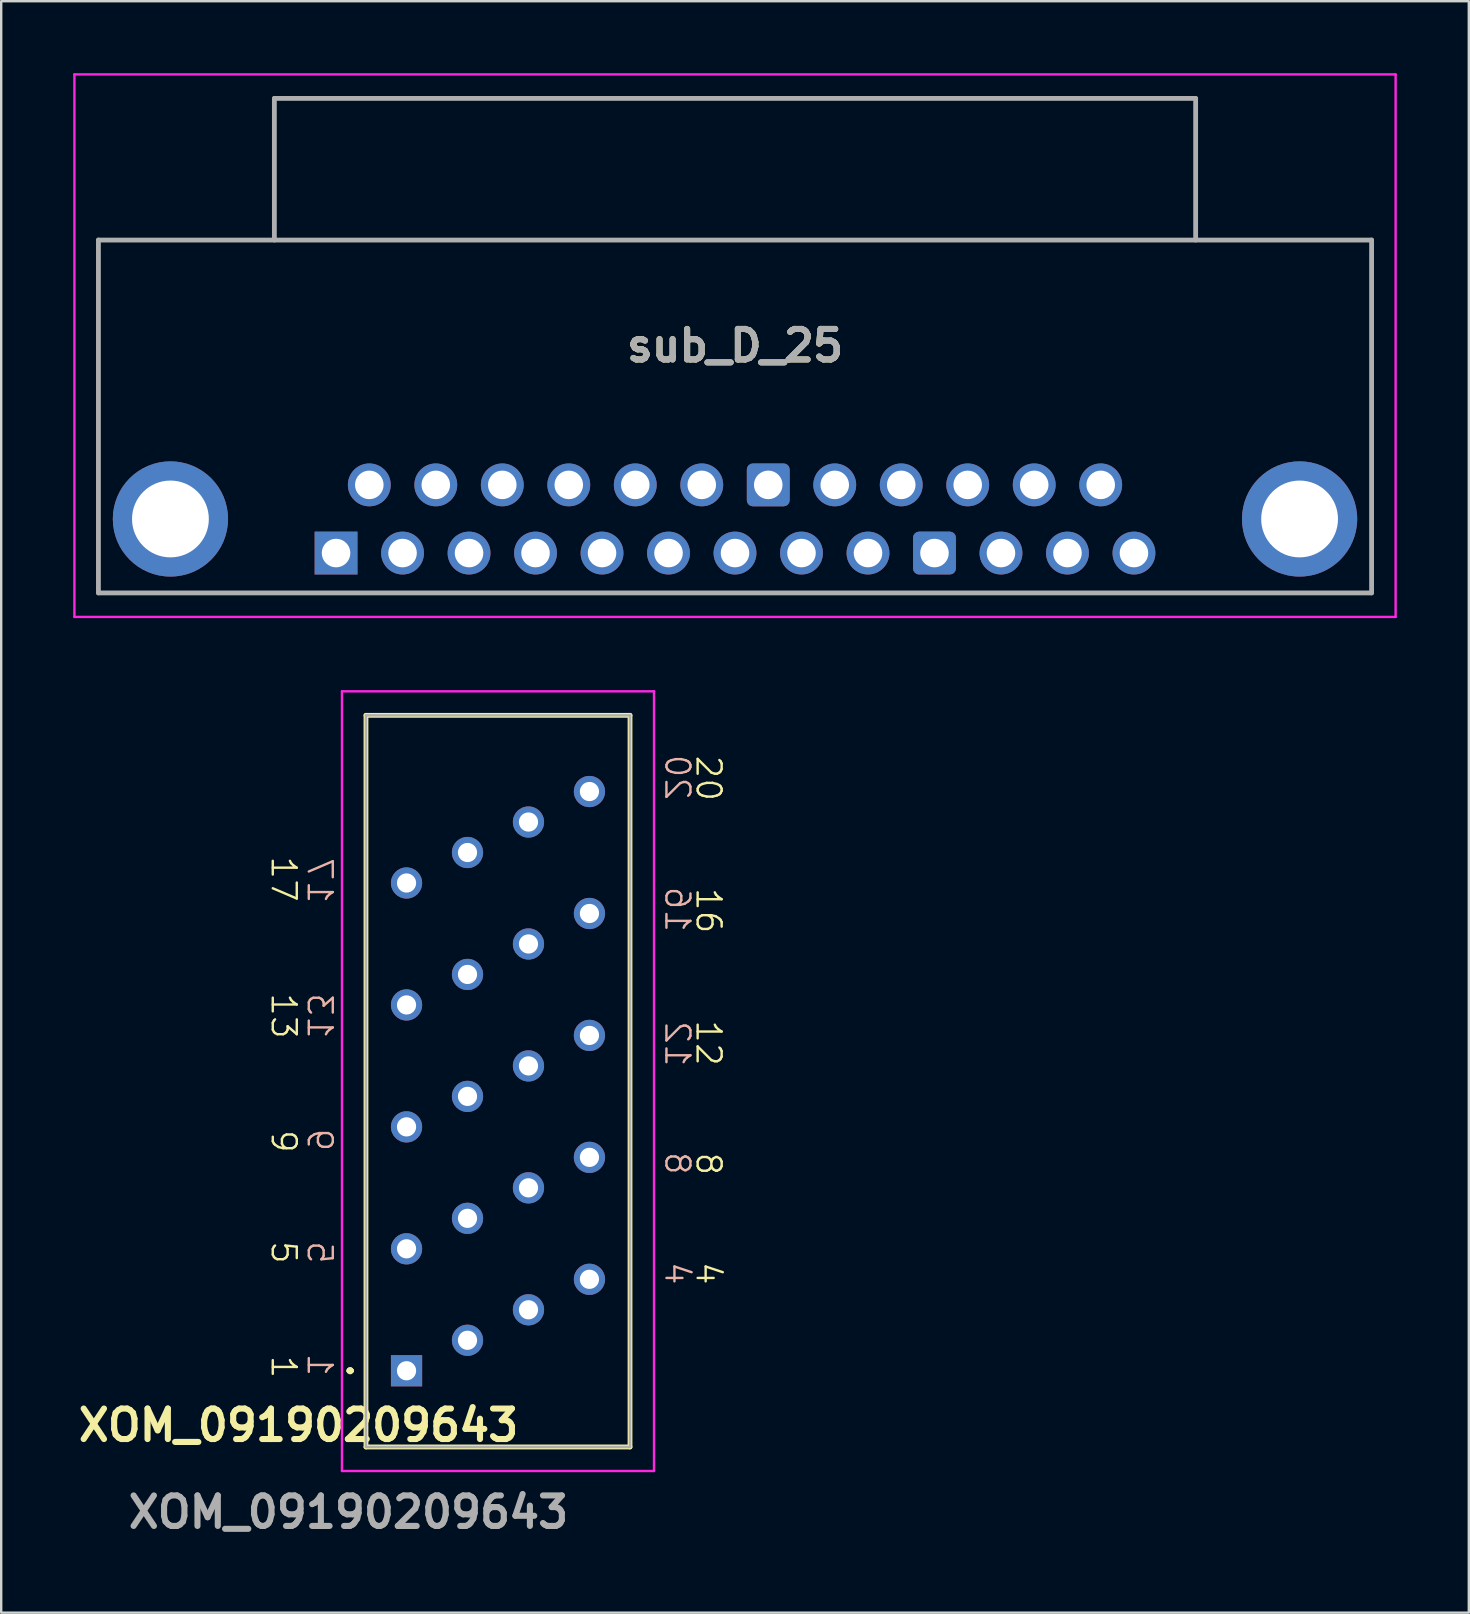
<source format=kicad_pcb>
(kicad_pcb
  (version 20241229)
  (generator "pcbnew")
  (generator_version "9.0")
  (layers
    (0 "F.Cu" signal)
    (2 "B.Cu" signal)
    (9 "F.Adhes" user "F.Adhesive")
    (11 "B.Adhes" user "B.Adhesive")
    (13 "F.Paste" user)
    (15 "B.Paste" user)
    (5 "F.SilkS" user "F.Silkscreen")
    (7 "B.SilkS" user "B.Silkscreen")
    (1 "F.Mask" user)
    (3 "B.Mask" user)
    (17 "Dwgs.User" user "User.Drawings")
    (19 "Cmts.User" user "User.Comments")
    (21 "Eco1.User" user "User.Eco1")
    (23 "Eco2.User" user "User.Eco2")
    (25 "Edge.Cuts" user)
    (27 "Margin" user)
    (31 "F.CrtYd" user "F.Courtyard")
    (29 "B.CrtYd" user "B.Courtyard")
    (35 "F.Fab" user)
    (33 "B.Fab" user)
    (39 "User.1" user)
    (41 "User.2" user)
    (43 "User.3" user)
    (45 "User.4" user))
  (footprint "sub_D_25"
    (layer "F.Cu")
    (at 10.95 19.99)
    (property "Reference" "sub_D_25" (at 16.62 -8.64 0) (layer "F.SilkS") (effects (font (size 1.27 1.27) (thickness 0.254))))
    (attr through_hole)
    (fp_line (start -9.9 -13.04) (end 43.14 -13.04) (stroke (width 0.1) (type solid)) (layer "F.SilkS"))
    (fp_line (start -9.9 1.66) (end -9.9 -13.04) (stroke (width 0.1) (type solid)) (layer "F.SilkS"))
    (fp_line (start 43.14 -13.04) (end 43.14 1.66) (stroke (width 0.1) (type solid)) (layer "F.SilkS"))
    (fp_line (start 43.14 1.66) (end -9.9 1.66) (stroke (width 0.1) (type solid)) (layer "F.SilkS"))
    (fp_line (start -10.9 -19.94) (end 44.14 -19.94) (stroke (width 0.1) (type solid)) (layer "F.CrtYd"))
    (fp_line (start -10.9 2.66) (end -10.9 -19.94) (stroke (width 0.1) (type solid)) (layer "F.CrtYd"))
    (fp_line (start 44.14 -19.94) (end 44.14 2.66) (stroke (width 0.1) (type solid)) (layer "F.CrtYd"))
    (fp_line (start 44.14 2.66) (end -10.9 2.66) (stroke (width 0.1) (type solid)) (layer "F.CrtYd"))
    (fp_line (start -9.9 -13.04) (end 43.14 -13.04) (stroke (width 0.2) (type solid)) (layer "F.Fab"))
    (fp_line (start -9.9 1.66) (end -9.9 -13.04) (stroke (width 0.2) (type solid)) (layer "F.Fab"))
    (fp_line (start -2.57 -18.94) (end 35.81 -18.94) (stroke (width 0.2) (type solid)) (layer "F.Fab"))
    (fp_line (start -2.57 -13.04) (end -2.57 -18.94) (stroke (width 0.2) (type solid)) (layer "F.Fab"))
    (fp_line (start 35.81 -18.94) (end 35.81 -13.04) (stroke (width 0.2) (type solid)) (layer "F.Fab"))
    (fp_line (start 43.14 -13.04) (end 43.14 1.66) (stroke (width 0.2) (type solid)) (layer "F.Fab"))
    (fp_line (start 43.14 1.66) (end -9.9 1.66) (stroke (width 0.2) (type solid)) (layer "F.Fab"))
    (fp_text user "${REFERENCE}" (at 16.62 -8.64 0) (layer "F.Fab") (effects (font (size 1.27 1.27) (thickness 0.254))))
    (pad "1" thru_hole rect (at 0 0) (size 1.785 1.785) (drill 1.19) (layers "*.Cu" "*.Mask"))
    (pad "2" thru_hole circle (at 2.77 0) (size 1.785 1.785) (drill 1.19) (layers "*.Cu" "*.Mask"))
    (pad "3" thru_hole circle (at 5.54 0) (size 1.785 1.785) (drill 1.19) (layers "*.Cu" "*.Mask"))
    (pad "4" thru_hole circle (at 8.31 0) (size 1.785 1.785) (drill 1.19) (layers "*.Cu" "*.Mask"))
    (pad "5" thru_hole circle (at 11.08 0) (size 1.785 1.785) (drill 1.19) (layers "*.Cu" "*.Mask"))
    (pad "6" thru_hole circle (at 13.85 0) (size 1.785 1.785) (drill 1.19) (layers "*.Cu" "*.Mask"))
    (pad "7" thru_hole circle (at 16.62 0) (size 1.785 1.785) (drill 1.19) (layers "*.Cu" "*.Mask"))
    (pad "8" thru_hole circle (at 19.39 0) (size 1.785 1.785) (drill 1.19) (layers "*.Cu" "*.Mask"))
    (pad "9" thru_hole circle (at 22.16 0) (size 1.785 1.785) (drill 1.19) (layers "*.Cu" "*.Mask"))
    (pad "10" thru_hole roundrect (at 24.93 0) (size 1.785 1.785) (drill 1.19) (layers "*.Cu" "*.Mask") (roundrect_rratio 0.14))
    (pad "11" thru_hole circle (at 27.7 0) (size 1.785 1.785) (drill 1.19) (layers "*.Cu" "*.Mask"))
    (pad "12" thru_hole circle (at 30.47 0) (size 1.785 1.785) (drill 1.19) (layers "*.Cu" "*.Mask"))
    (pad "13" thru_hole circle (at 33.24 0) (size 1.785 1.785) (drill 1.19) (layers "*.Cu" "*.Mask"))
    (pad "14" thru_hole circle (at 1.385 -2.84) (size 1.785 1.785) (drill 1.19) (layers "*.Cu" "*.Mask"))
    (pad "15" thru_hole circle (at 4.155 -2.84) (size 1.785 1.785) (drill 1.19) (layers "*.Cu" "*.Mask"))
    (pad "16" thru_hole circle (at 6.925 -2.84) (size 1.785 1.785) (drill 1.19) (layers "*.Cu" "*.Mask"))
    (pad "17" thru_hole circle (at 9.695 -2.84) (size 1.785 1.785) (drill 1.19) (layers "*.Cu" "*.Mask"))
    (pad "18" thru_hole circle (at 12.465 -2.84) (size 1.785 1.785) (drill 1.19) (layers "*.Cu" "*.Mask"))
    (pad "19" thru_hole circle (at 15.235 -2.84) (size 1.785 1.785) (drill 1.19) (layers "*.Cu" "*.Mask"))
    (pad "20" thru_hole roundrect (at 18.005 -2.84) (size 1.785 1.785) (drill 1.19) (layers "*.Cu" "*.Mask") (roundrect_rratio 0.14))
    (pad "21" thru_hole circle (at 20.775 -2.84) (size 1.785 1.785) (drill 1.19) (layers "*.Cu" "*.Mask"))
    (pad "22" thru_hole circle (at 23.545 -2.84) (size 1.785 1.785) (drill 1.19) (layers "*.Cu" "*.Mask"))
    (pad "23" thru_hole circle (at 26.315 -2.84) (size 1.785 1.785) (drill 1.19) (layers "*.Cu" "*.Mask"))
    (pad "24" thru_hole circle (at 29.085 -2.84) (size 1.785 1.785) (drill 1.19) (layers "*.Cu" "*.Mask"))
    (pad "25" thru_hole circle (at 31.855 -2.84) (size 1.785 1.785) (drill 1.19) (layers "*.Cu" "*.Mask"))
    (pad "26" thru_hole circle (at -6.9 -1.42) (size 4.8 4.8) (drill 3.2) (layers "*.Cu" "*.Mask"))
    (pad "27" thru_hole circle (at 40.14 -1.42) (size 4.8 4.8) (drill 3.2) (layers "*.Cu" "*.Mask")))
  (footprint "XOM_09190209643"
    (layer "F.Cu")
    (at 13.886 54.055)
    (property "Reference" "XOM_09190209643" (at -4.5 2.27 0) (layer "F.SilkS") (effects (font (size 1.27 1.27) (thickness 0.254))))
    (attr through_hole)
    (fp_line (start -2.4 0) (end -2.4 0) (stroke (width 0.2) (type solid)) (layer "F.SilkS"))
    (fp_line (start -2.3 0) (end -2.3 0) (stroke (width 0.2) (type solid)) (layer "F.SilkS"))
    (fp_line (start -2.3 0) (end -2.3 0) (stroke (width 0.2) (type solid)) (layer "F.SilkS"))
    (fp_line (start -1.69 -27.305) (end -1.69 3.175) (stroke (width 0.2) (type solid)) (layer "F.SilkS"))
    (fp_line (start -1.69 3.175) (end 9.31 3.175) (stroke (width 0.2) (type solid)) (layer "F.SilkS"))
    (fp_line (start 9.31 -27.305) (end -1.69 -27.305) (stroke (width 0.2) (type solid)) (layer "F.SilkS"))
    (fp_line (start 9.31 3.175) (end 9.31 -27.305) (stroke (width 0.2) (type solid)) (layer "F.SilkS"))
    (fp_arc (start -2.4 0) (mid -2.35 -0.05) (end -2.3 0) (stroke (width 0.2) (type solid)) (layer "F.SilkS"))
    (fp_arc (start -2.4 0) (mid -2.35 -0.05) (end -2.3 0) (stroke (width 0.2) (type solid)) (layer "F.SilkS"))
    (fp_arc (start -2.3 0) (mid -2.35 0.05) (end -2.4 0) (stroke (width 0.2) (type solid)) (layer "F.SilkS"))
    (fp_line (start -2.69 -28.305) (end 10.31 -28.305) (stroke (width 0.1) (type solid)) (layer "F.CrtYd"))
    (fp_line (start -2.69 4.175) (end -2.69 -28.305) (stroke (width 0.1) (type solid)) (layer "F.CrtYd"))
    (fp_line (start 10.31 -28.305) (end 10.31 4.175) (stroke (width 0.1) (type solid)) (layer "F.CrtYd"))
    (fp_line (start 10.31 4.175) (end -2.69 4.175) (stroke (width 0.1) (type solid)) (layer "F.CrtYd"))
    (fp_line (start -1.69 -27.305) (end -1.69 3.175) (stroke (width 0.1) (type solid)) (layer "F.Fab"))
    (fp_line (start -1.69 3.175) (end 9.31 3.175) (stroke (width 0.1) (type solid)) (layer "F.Fab"))
    (fp_line (start 9.31 -27.305) (end -1.69 -27.305) (stroke (width 0.1) (type solid)) (layer "F.Fab"))
    (fp_line (start 9.31 3.175) (end 9.31 -27.305) (stroke (width 0.1) (type solid)) (layer "F.Fab"))
    (fp_text user "4" (at 12 -4.6 270) (unlocked yes) (layer "F.SilkS") (effects (font (size 1 1) (thickness 0.1)) (justify left bottom)))
    (fp_text user "16" (at 12 -20.187 270) (unlocked yes) (layer "F.SilkS") (effects (font (size 1 1) (thickness 0.1)) (justify left bottom)))
    (fp_text user "9" (at -5.7 -10.1 270) (unlocked yes) (layer "F.SilkS") (effects (font (size 1 1) (thickness 0.1)) (justify left bottom)))
    (fp_text user "20" (at 12 -25.7 270) (unlocked yes) (layer "F.SilkS") (effects (font (size 1 1) (thickness 0.1)) (justify left bottom)))
    (fp_text user "17" (at -5.7 -21.5 270) (unlocked yes) (layer "F.SilkS") (effects (font (size 1 1) (thickness 0.1)) (justify left bottom)))
    (fp_text user "12" (at 12 -14.674 270) (unlocked yes) (layer "F.SilkS") (effects (font (size 1 1) (thickness 0.1)) (justify left bottom)))
    (fp_text user "13" (at -5.7 -15.8 270) (unlocked yes) (layer "F.SilkS") (effects (font (size 1 1) (thickness 0.1)) (justify left bottom)))
    (fp_text user "5" (at -5.7 -5.474 270) (unlocked yes) (layer "F.SilkS") (effects (font (size 1 1) (thickness 0.1)) (justify left bottom)))
    (fp_text user "1" (at -5.7 -0.7 270) (unlocked yes) (layer "F.SilkS") (effects (font (size 1 1) (thickness 0.1)) (justify left bottom)))
    (fp_text user "8" (at 12 -9.161 270) (unlocked yes) (layer "F.SilkS") (effects (font (size 1 1) (thickness 0.1)) (justify left bottom)))
    (fp_text user "5" (at -4.2 -4.387 270) (unlocked yes) (layer "B.SilkS") (effects (font (size 1 1) (thickness 0.1)) (justify left bottom mirror)))
    (fp_text user "13" (at -4.2 -13.761 270) (unlocked yes) (layer "B.SilkS") (effects (font (size 1 1) (thickness 0.1)) (justify left bottom mirror)))
    (fp_text user "9" (at -4.2 -9.074 270) (unlocked yes) (layer "B.SilkS") (effects (font (size 1 1) (thickness 0.1)) (justify left bottom mirror)))
    (fp_text user "8" (at 10.7 -8.1 270) (unlocked yes) (layer "B.SilkS") (effects (font (size 1 1) (thickness 0.1)) (justify left bottom mirror)))
    (fp_text user "17" (at -4.2 -19.4 270) (unlocked yes) (layer "B.SilkS") (effects (font (size 1 1) (thickness 0.1)) (justify left bottom mirror)))
    (fp_text user "12" (at 10.7 -12.6 270) (unlocked yes) (layer "B.SilkS") (effects (font (size 1 1) (thickness 0.1)) (justify left bottom mirror)))
    (fp_text user "1" (at -4.2 0.3 270) (unlocked yes) (layer "B.SilkS") (effects (font (size 1 1) (thickness 0.1)) (justify left bottom mirror)))
    (fp_text user "16" (at 10.7 -18.2 270) (unlocked yes) (layer "B.SilkS") (effects (font (size 1 1) (thickness 0.1)) (justify left bottom mirror)))
    (fp_text user "20" (at 10.7 -23.7 270) (unlocked yes) (layer "B.SilkS") (effects (font (size 1 1) (thickness 0.1)) (justify left bottom mirror)))
    (fp_text user "4" (at 10.7 -4.6 270) (unlocked yes) (layer "B.SilkS") (effects (font (size 1 1) (thickness 0.1)) (justify left bottom)))
    (fp_text user "${REFERENCE}" (at -2.42 5.89 0) (layer "F.Fab") (effects (font (size 1.27 1.27) (thickness 0.254))))
    (pad "1" thru_hole rect (at 0 0) (size 1.3 1.3) (drill 0.8) (layers "*.Cu" "*.Mask"))
    (pad "2" thru_hole circle (at 2.54 -1.27) (size 1.3 1.3) (drill 0.8) (layers "*.Cu" "*.Mask"))
    (pad "3" thru_hole circle (at 5.08 -2.54) (size 1.3 1.3) (drill 0.8) (layers "*.Cu" "*.Mask"))
    (pad "4" thru_hole circle (at 7.62 -3.81) (size 1.3 1.3) (drill 0.8) (layers "*.Cu" "*.Mask"))
    (pad "5" thru_hole circle (at 0 -5.08) (size 1.3 1.3) (drill 0.8) (layers "*.Cu" "*.Mask"))
    (pad "6" thru_hole circle (at 2.54 -6.35) (size 1.3 1.3) (drill 0.8) (layers "*.Cu" "*.Mask"))
    (pad "7" thru_hole circle (at 5.08 -7.62) (size 1.3 1.3) (drill 0.8) (layers "*.Cu" "*.Mask"))
    (pad "8" thru_hole circle (at 7.62 -8.89) (size 1.3 1.3) (drill 0.8) (layers "*.Cu" "*.Mask"))
    (pad "9" thru_hole circle (at 0 -10.16) (size 1.3 1.3) (drill 0.8) (layers "*.Cu" "*.Mask"))
    (pad "10" thru_hole circle (at 2.54 -11.43) (size 1.3 1.3) (drill 0.8) (layers "*.Cu" "*.Mask"))
    (pad "11" thru_hole circle (at 5.08 -12.7) (size 1.3 1.3) (drill 0.8) (layers "*.Cu" "*.Mask"))
    (pad "12" thru_hole circle (at 7.62 -13.97) (size 1.3 1.3) (drill 0.8) (layers "*.Cu" "*.Mask"))
    (pad "13" thru_hole circle (at 0 -15.24) (size 1.3 1.3) (drill 0.8) (layers "*.Cu" "*.Mask"))
    (pad "14" thru_hole circle (at 2.54 -16.51) (size 1.3 1.3) (drill 0.8) (layers "*.Cu" "*.Mask"))
    (pad "15" thru_hole circle (at 5.08 -17.78) (size 1.3 1.3) (drill 0.8) (layers "*.Cu" "*.Mask"))
    (pad "16" thru_hole circle (at 7.62 -19.05) (size 1.3 1.3) (drill 0.8) (layers "*.Cu" "*.Mask"))
    (pad "17" thru_hole circle (at 0 -20.32) (size 1.3 1.3) (drill 0.8) (layers "*.Cu" "*.Mask"))
    (pad "18" thru_hole circle (at 2.54 -21.59) (size 1.3 1.3) (drill 0.8) (layers "*.Cu" "*.Mask"))
    (pad "19" thru_hole circle (at 5.08 -22.86) (size 1.3 1.3) (drill 0.8) (layers "*.Cu" "*.Mask"))
    (pad "20" thru_hole circle (at 7.62 -24.13) (size 1.3 1.3) (drill 0.8) (layers "*.Cu" "*.Mask")))
  (gr_rect
    (start -3 -3)
    (end 58.14 64.134)
    (stroke (width 0.1) (type default))
    (fill no)
    (layer "Edge.Cuts")))
</source>
